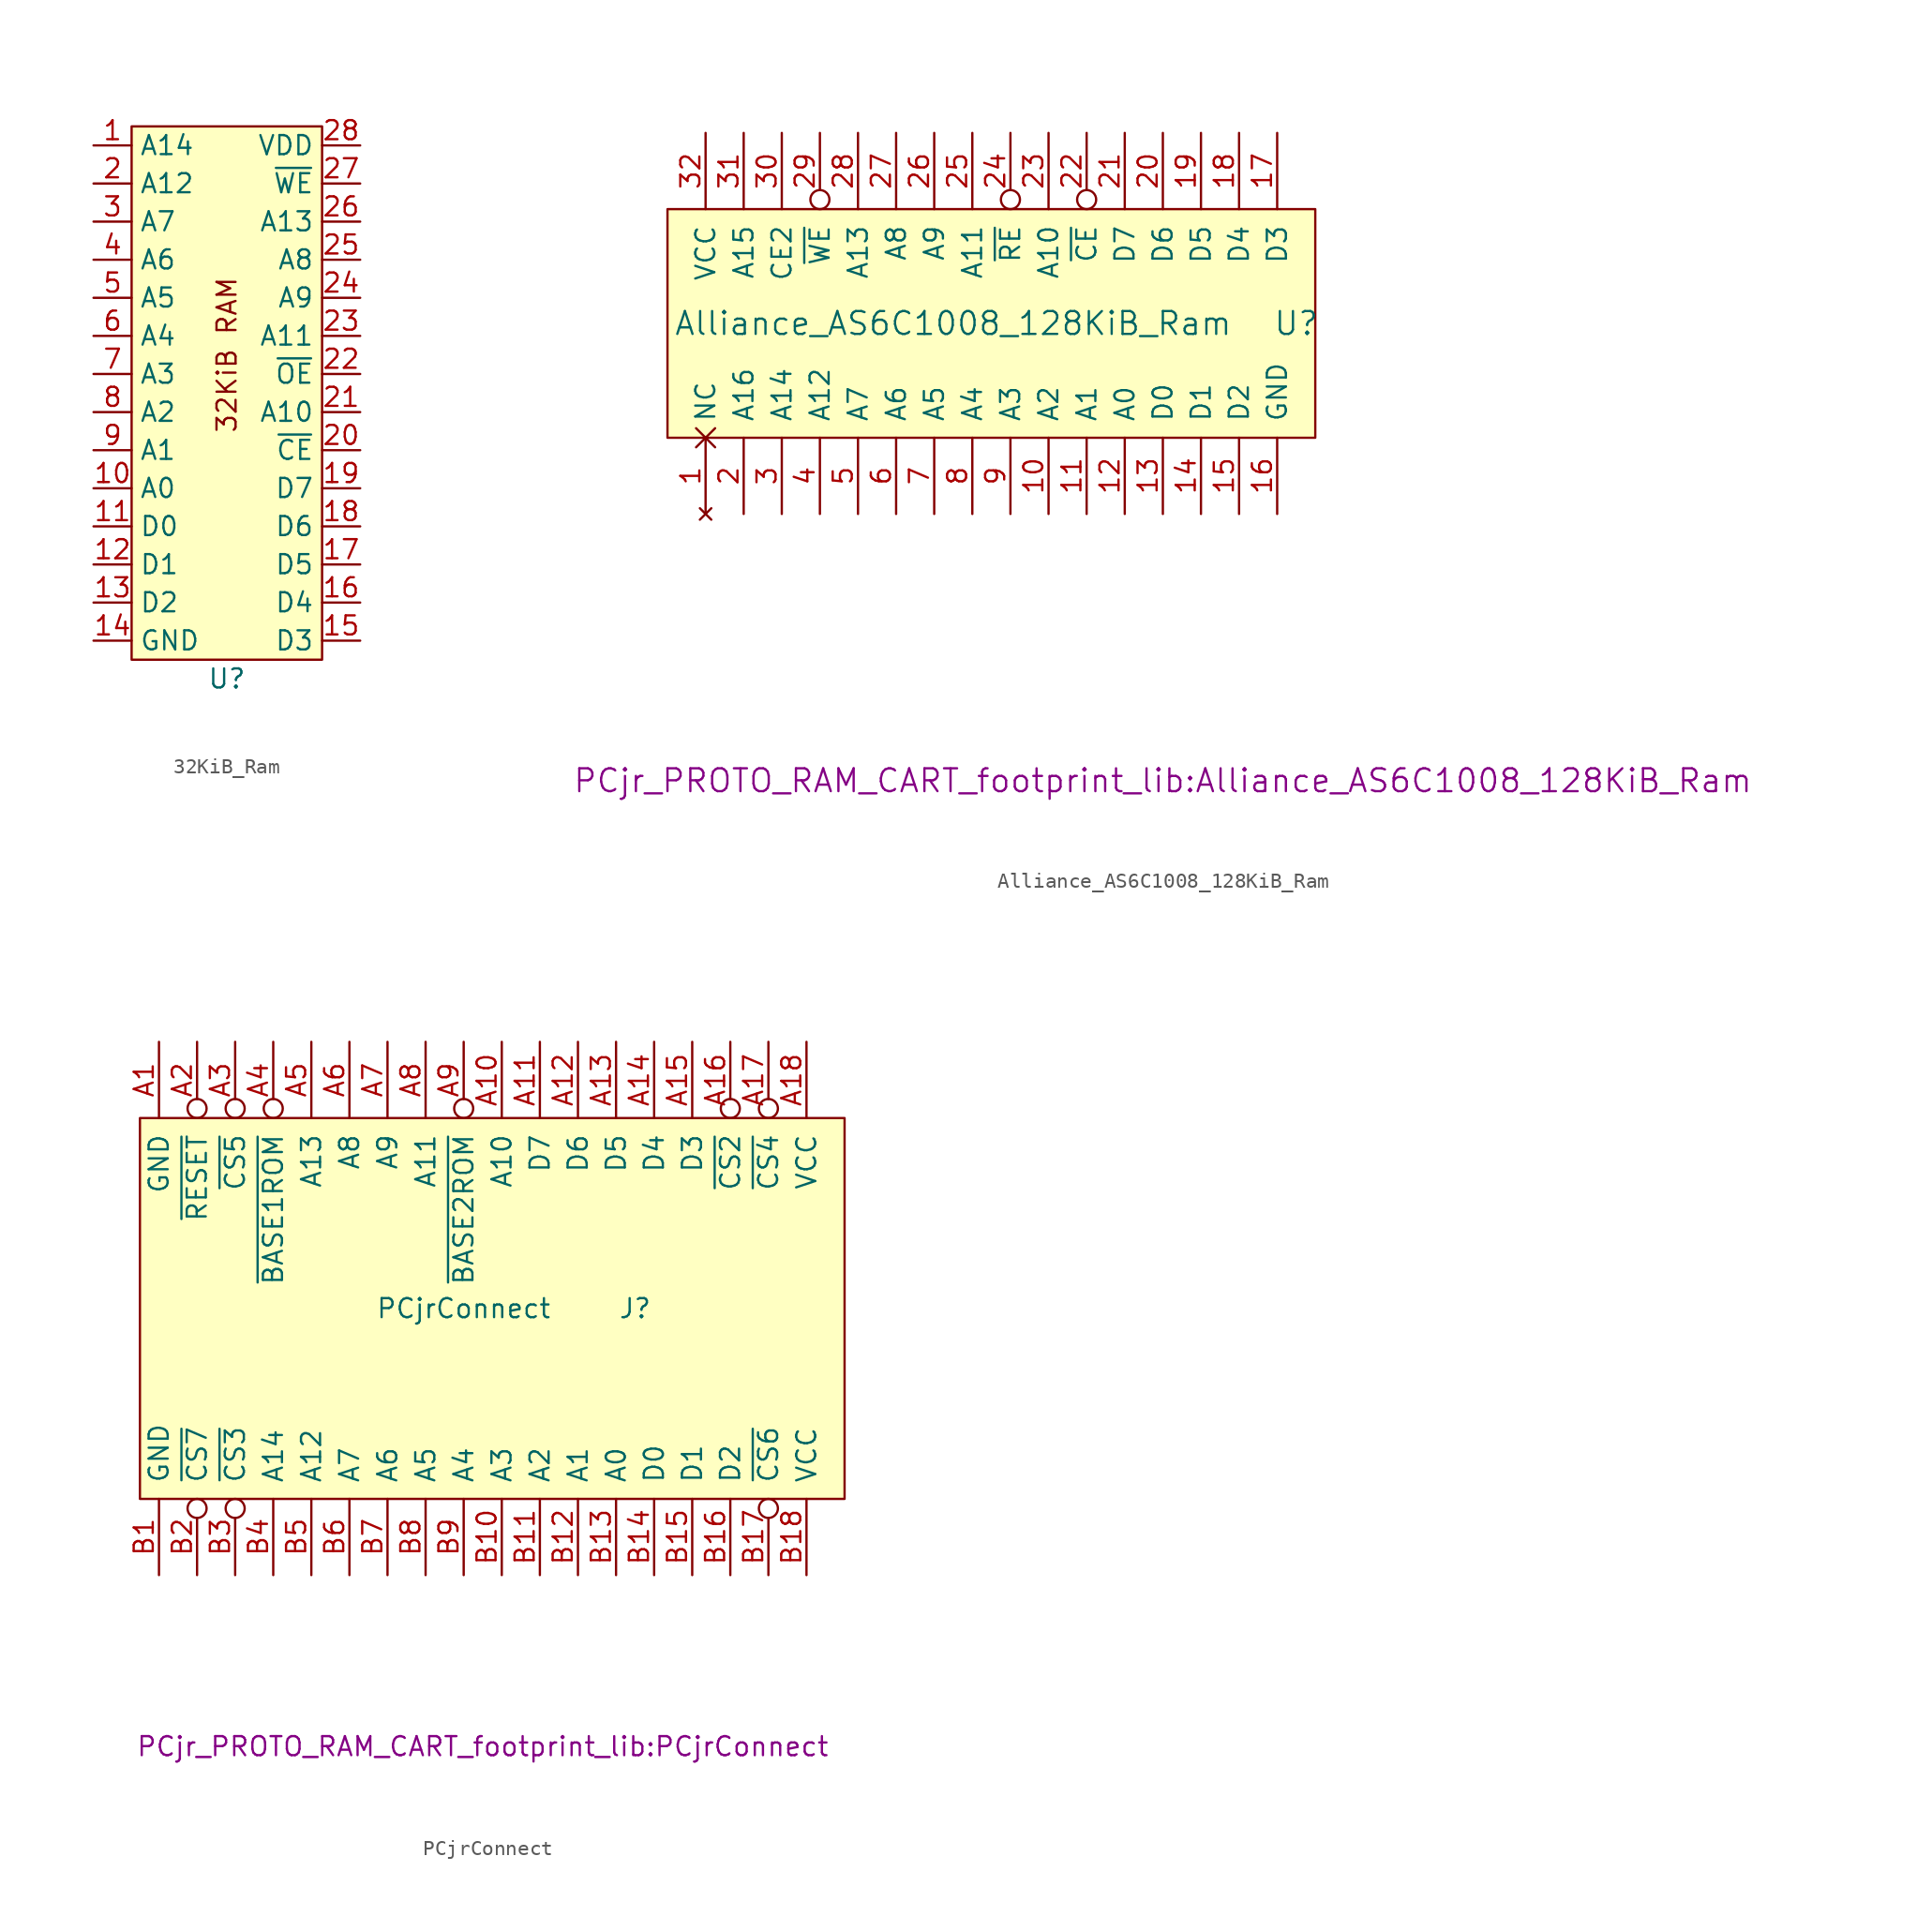
<source format=kicad_sym>
(kicad_symbol_lib
  (version 20220914)
  (generator kicad_symbol_editor)
  (symbol "32KiB_Ram"
    (property "Reference" "U"
      (at 6.35 -1.27 0)
      (effects (font (size 1.27 1.27))))
    (property "Value" ""
      (at 0 0 0)
      (effects (font (size 1.27 1.27))))
    (symbol "32KiB_Ram_1_1"
      (rectangle (start 0 35.56) (end 12.7 0) (stroke (width 0) (type default)) (fill (type background)))
      (text "32KiB RAM" (at 6.35 20.32 900) (effects (font (size 1.27 1.27))))
      (pin input line (at -2.54 34.29 0) (length 2.54) (name "A14" (effects (font (size 1.27 1.27)))) (number "1" (effects (font (size 1.27 1.27)))))
      (pin input line (at -2.54 11.43 0) (length 2.54) (name "A0" (effects (font (size 1.27 1.27)))) (number "10" (effects (font (size 1.27 1.27)))))
      (pin bidirectional line (at -2.54 8.89 0) (length 2.54) (name "D0" (effects (font (size 1.27 1.27)))) (number "11" (effects (font (size 1.27 1.27)))))
      (pin bidirectional line (at -2.54 6.35 0) (length 2.54) (name "D1" (effects (font (size 1.27 1.27)))) (number "12" (effects (font (size 1.27 1.27)))))
      (pin bidirectional line (at -2.54 3.81 0) (length 2.54) (name "D2" (effects (font (size 1.27 1.27)))) (number "13" (effects (font (size 1.27 1.27)))))
      (pin passive line (at -2.54 1.27 0) (length 2.54) (name "GND" (effects (font (size 1.27 1.27)))) (number "14" (effects (font (size 1.27 1.27)))))
      (pin bidirectional line (at 15.24 1.27 180) (length 2.54) (name "D3" (effects (font (size 1.27 1.27)))) (number "15" (effects (font (size 1.27 1.27)))))
      (pin bidirectional line (at 15.24 3.81 180) (length 2.54) (name "D4" (effects (font (size 1.27 1.27)))) (number "16" (effects (font (size 1.27 1.27)))))
      (pin bidirectional line (at 15.24 6.35 180) (length 2.54) (name "D5" (effects (font (size 1.27 1.27)))) (number "17" (effects (font (size 1.27 1.27)))))
      (pin bidirectional line (at 15.24 8.89 180) (length 2.54) (name "D6" (effects (font (size 1.27 1.27)))) (number "18" (effects (font (size 1.27 1.27)))))
      (pin bidirectional line (at 15.24 11.43 180) (length 2.54) (name "D7" (effects (font (size 1.27 1.27)))) (number "19" (effects (font (size 1.27 1.27)))))
      (pin input line (at -2.54 31.75 0) (length 2.54) (name "A12" (effects (font (size 1.27 1.27)))) (number "2" (effects (font (size 1.27 1.27)))))
      (pin passive line (at 15.24 13.97 180) (length 2.54) (name "~{CE}" (effects (font (size 1.27 1.27)))) (number "20" (effects (font (size 1.27 1.27)))))
      (pin passive line (at 15.24 16.51 180) (length 2.54) (name "A10" (effects (font (size 1.27 1.27)))) (number "21" (effects (font (size 1.27 1.27)))))
      (pin passive line (at 15.24 19.05 180) (length 2.54) (name "~{OE}" (effects (font (size 1.27 1.27)))) (number "22" (effects (font (size 1.27 1.27)))))
      (pin passive line (at 15.24 21.59 180) (length 2.54) (name "A11" (effects (font (size 1.27 1.27)))) (number "23" (effects (font (size 1.27 1.27)))))
      (pin passive line (at 15.24 24.13 180) (length 2.54) (name "A9" (effects (font (size 1.27 1.27)))) (number "24" (effects (font (size 1.27 1.27)))))
      (pin passive line (at 15.24 26.67 180) (length 2.54) (name "A8" (effects (font (size 1.27 1.27)))) (number "25" (effects (font (size 1.27 1.27)))))
      (pin passive line (at 15.24 29.21 180) (length 2.54) (name "A13" (effects (font (size 1.27 1.27)))) (number "26" (effects (font (size 1.27 1.27)))))
      (pin input line (at 15.24 31.75 180) (length 2.54) (name "~{WE}" (effects (font (size 1.27 1.27)))) (number "27" (effects (font (size 1.27 1.27)))))
      (pin passive line (at 15.24 34.29 180) (length 2.54) (name "VDD" (effects (font (size 1.27 1.27)))) (number "28" (effects (font (size 1.27 1.27)))))
      (pin input line (at -2.54 29.21 0) (length 2.54) (name "A7" (effects (font (size 1.27 1.27)))) (number "3" (effects (font (size 1.27 1.27)))))
      (pin input line (at -2.54 26.67 0) (length 2.54) (name "A6" (effects (font (size 1.27 1.27)))) (number "4" (effects (font (size 1.27 1.27)))))
      (pin input line (at -2.54 24.13 0) (length 2.54) (name "A5" (effects (font (size 1.27 1.27)))) (number "5" (effects (font (size 1.27 1.27)))))
      (pin input line (at -2.54 21.59 0) (length 2.54) (name "A4" (effects (font (size 1.27 1.27)))) (number "6" (effects (font (size 1.27 1.27)))))
      (pin input line (at -2.54 19.05 0) (length 2.54) (name "A3" (effects (font (size 1.27 1.27)))) (number "7" (effects (font (size 1.27 1.27)))))
      (pin input line (at -2.54 16.51 0) (length 2.54) (name "A2" (effects (font (size 1.27 1.27)))) (number "8" (effects (font (size 1.27 1.27)))))
      (pin input line (at -2.54 13.97 0) (length 2.54) (name "A1" (effects (font (size 1.27 1.27)))) (number "9" (effects (font (size 1.27 1.27)))))))
  (symbol "Alliance_AS6C1008_128KiB_Ram"
    (pin_names
      (offset 1.016))
    (property "Reference" "U"
      (at 39.37 7.62 0)
      (effects (font (size 1.524 1.524))))
    (property "Value" "Alliance_AS6C1008_128KiB_Ram"
      (at 16.51 7.62 0)
      (effects (font (size 1.524 1.524))))
    (property "Footprint" "PCjr_PROTO_RAM_CART_footprint_lib:Alliance_AS6C1008_128KiB_Ram"
      (at 30.48 -22.86 0)
      (effects (font (size 1.524 1.524))))
    (symbol "Alliance_AS6C1008_128KiB_Ram_0_1"
      (rectangle (start -2.54 15.24) (end 40.64 0) (stroke (width 0) (type solid)) (fill (type background))))
    (symbol "Alliance_AS6C1008_128KiB_Ram_1_1"
      (pin no_connect non_logic (at 0 -5.08 90) (length 5.08) (name "NC" (effects (font (size 1.27 1.27)))) (number "1" (effects (font (size 1.27 1.27)))))
      (pin input line (at 22.86 -5.08 90) (length 5.08) (name "A2" (effects (font (size 1.27 1.27)))) (number "10" (effects (font (size 1.27 1.27)))))
      (pin input line (at 25.4 -5.08 90) (length 5.08) (name "A1" (effects (font (size 1.27 1.27)))) (number "11" (effects (font (size 1.27 1.27)))))
      (pin input line (at 27.94 -5.08 90) (length 5.08) (name "A0" (effects (font (size 1.27 1.27)))) (number "12" (effects (font (size 1.27 1.27)))))
      (pin bidirectional line (at 30.48 -5.08 90) (length 5.08) (name "D0" (effects (font (size 1.27 1.27)))) (number "13" (effects (font (size 1.27 1.27)))))
      (pin bidirectional line (at 33.02 -5.08 90) (length 5.08) (name "D1" (effects (font (size 1.27 1.27)))) (number "14" (effects (font (size 1.27 1.27)))))
      (pin bidirectional line (at 35.56 -5.08 90) (length 5.08) (name "D2" (effects (font (size 1.27 1.27)))) (number "15" (effects (font (size 1.27 1.27)))))
      (pin power_in line (at 38.1 -5.08 90) (length 5.08) (name "GND" (effects (font (size 1.27 1.27)))) (number "16" (effects (font (size 1.27 1.27)))))
      (pin bidirectional line (at 38.1 20.32 270) (length 5.08) (name "D3" (effects (font (size 1.27 1.27)))) (number "17" (effects (font (size 1.27 1.27)))))
      (pin bidirectional line (at 35.56 20.32 270) (length 5.08) (name "D4" (effects (font (size 1.27 1.27)))) (number "18" (effects (font (size 1.27 1.27)))))
      (pin bidirectional line (at 33.02 20.32 270) (length 5.08) (name "D5" (effects (font (size 1.27 1.27)))) (number "19" (effects (font (size 1.27 1.27)))))
      (pin input line (at 2.54 -5.08 90) (length 5.08) (name "A16" (effects (font (size 1.27 1.27)))) (number "2" (effects (font (size 1.27 1.27)))))
      (pin bidirectional line (at 30.48 20.32 270) (length 5.08) (name "D6" (effects (font (size 1.27 1.27)))) (number "20" (effects (font (size 1.27 1.27)))))
      (pin bidirectional line (at 27.94 20.32 270) (length 5.08) (name "D7" (effects (font (size 1.27 1.27)))) (number "21" (effects (font (size 1.27 1.27)))))
      (pin input inverted (at 25.4 20.32 270) (length 5.08) (name "~{CE}" (effects (font (size 1.27 1.27)))) (number "22" (effects (font (size 1.27 1.27)))))
      (pin input line (at 22.86 20.32 270) (length 5.08) (name "A10" (effects (font (size 1.27 1.27)))) (number "23" (effects (font (size 1.27 1.27)))))
      (pin input inverted (at 20.32 20.32 270) (length 5.08) (name "~{RE}" (effects (font (size 1.27 1.27)))) (number "24" (effects (font (size 1.27 1.27)))))
      (pin input line (at 17.78 20.32 270) (length 5.08) (name "A11" (effects (font (size 1.27 1.27)))) (number "25" (effects (font (size 1.27 1.27)))))
      (pin input line (at 15.24 20.32 270) (length 5.08) (name "A9" (effects (font (size 1.27 1.27)))) (number "26" (effects (font (size 1.27 1.27)))))
      (pin input line (at 12.7 20.32 270) (length 5.08) (name "A8" (effects (font (size 1.27 1.27)))) (number "27" (effects (font (size 1.27 1.27)))))
      (pin input line (at 10.16 20.32 270) (length 5.08) (name "A13" (effects (font (size 1.27 1.27)))) (number "28" (effects (font (size 1.27 1.27)))))
      (pin input inverted (at 7.62 20.32 270) (length 5.08) (name "~{WE}" (effects (font (size 1.27 1.27)))) (number "29" (effects (font (size 1.27 1.27)))))
      (pin input line (at 5.08 -5.08 90) (length 5.08) (name "A14" (effects (font (size 1.27 1.27)))) (number "3" (effects (font (size 1.27 1.27)))))
      (pin input line (at 5.08 20.32 270) (length 5.08) (name "CE2" (effects (font (size 1.27 1.27)))) (number "30" (effects (font (size 1.27 1.27)))))
      (pin input line (at 2.54 20.32 270) (length 5.08) (name "A15" (effects (font (size 1.27 1.27)))) (number "31" (effects (font (size 1.27 1.27)))))
      (pin power_in line (at 0 20.32 270) (length 5.08) (name "VCC" (effects (font (size 1.27 1.27)))) (number "32" (effects (font (size 1.27 1.27)))))
      (pin input line (at 7.62 -5.08 90) (length 5.08) (name "A12" (effects (font (size 1.27 1.27)))) (number "4" (effects (font (size 1.27 1.27)))))
      (pin input line (at 10.16 -5.08 90) (length 5.08) (name "A7" (effects (font (size 1.27 1.27)))) (number "5" (effects (font (size 1.27 1.27)))))
      (pin input line (at 12.7 -5.08 90) (length 5.08) (name "A6" (effects (font (size 1.27 1.27)))) (number "6" (effects (font (size 1.27 1.27)))))
      (pin input line (at 15.24 -5.08 90) (length 5.08) (name "A5" (effects (font (size 1.27 1.27)))) (number "7" (effects (font (size 1.27 1.27)))))
      (pin input line (at 17.78 -5.08 90) (length 5.08) (name "A4" (effects (font (size 1.27 1.27)))) (number "8" (effects (font (size 1.27 1.27)))))
      (pin input line (at 20.32 -5.08 90) (length 5.08) (name "A3" (effects (font (size 1.27 1.27)))) (number "9" (effects (font (size 1.27 1.27)))))))
  (symbol "PCjrConnect"
    (pin_names
      (offset 1.016))
    (property "Reference" "J"
      (at 33.02 12.7 0)
      (effects (font (size 1.27 1.27))))
    (property "Value" "PCjrConnect"
      (at 21.59 12.7 0)
      (effects (font (size 1.27 1.27))))
    (property "Footprint" "PCjr_PROTO_RAM_CART_footprint_lib:PCjrConnect"
      (at 22.86 -16.51 0)
      (effects (font (size 1.27 1.27))))
    (symbol "PCjrConnect_0_1"
      (rectangle (start 0 25.4) (end 46.99 0) (stroke (width 0) (type solid)) (fill (type background))))
    (symbol "PCjrConnect_1_1"
      (pin passive line (at 1.27 30.48 270) (length 5.08) (name "GND" (effects (font (size 1.27 1.27)))) (number "A1" (effects (font (size 1.27 1.27)))))
      (pin bidirectional line (at 24.13 30.48 270) (length 5.08) (name "A10" (effects (font (size 1.27 1.27)))) (number "A10" (effects (font (size 1.27 1.27)))))
      (pin bidirectional line (at 26.67 30.48 270) (length 5.08) (name "D7" (effects (font (size 1.27 1.27)))) (number "A11" (effects (font (size 1.27 1.27)))))
      (pin bidirectional line (at 29.21 30.48 270) (length 5.08) (name "D6" (effects (font (size 1.27 1.27)))) (number "A12" (effects (font (size 1.27 1.27)))))
      (pin bidirectional line (at 31.75 30.48 270) (length 5.08) (name "D5" (effects (font (size 1.27 1.27)))) (number "A13" (effects (font (size 1.27 1.27)))))
      (pin bidirectional line (at 34.29 30.48 270) (length 5.08) (name "D4" (effects (font (size 1.27 1.27)))) (number "A14" (effects (font (size 1.27 1.27)))))
      (pin bidirectional line (at 36.83 30.48 270) (length 5.08) (name "D3" (effects (font (size 1.27 1.27)))) (number "A15" (effects (font (size 1.27 1.27)))))
      (pin bidirectional inverted (at 39.37 30.48 270) (length 5.08) (name "~{CS2}" (effects (font (size 1.27 1.27)))) (number "A16" (effects (font (size 1.27 1.27)))))
      (pin bidirectional inverted (at 41.91 30.48 270) (length 5.08) (name "~{CS4}" (effects (font (size 1.27 1.27)))) (number "A17" (effects (font (size 1.27 1.27)))))
      (pin passive line (at 44.45 30.48 270) (length 5.08) (name "VCC" (effects (font (size 1.27 1.27)))) (number "A18" (effects (font (size 1.27 1.27)))))
      (pin bidirectional inverted (at 3.81 30.48 270) (length 5.08) (name "~{RESET}" (effects (font (size 1.27 1.27)))) (number "A2" (effects (font (size 1.27 1.27)))))
      (pin bidirectional inverted (at 6.35 30.48 270) (length 5.08) (name "~{CS5}" (effects (font (size 1.27 1.27)))) (number "A3" (effects (font (size 1.27 1.27)))))
      (pin bidirectional inverted (at 8.89 30.48 270) (length 5.08) (name "~{BASE1ROM}" (effects (font (size 1.27 1.27)))) (number "A4" (effects (font (size 1.27 1.27)))))
      (pin bidirectional line (at 11.43 30.48 270) (length 5.08) (name "A13" (effects (font (size 1.27 1.27)))) (number "A5" (effects (font (size 1.27 1.27)))))
      (pin bidirectional line (at 13.97 30.48 270) (length 5.08) (name "A8" (effects (font (size 1.27 1.27)))) (number "A6" (effects (font (size 1.27 1.27)))))
      (pin bidirectional line (at 16.51 30.48 270) (length 5.08) (name "A9" (effects (font (size 1.27 1.27)))) (number "A7" (effects (font (size 1.27 1.27)))))
      (pin bidirectional line (at 19.05 30.48 270) (length 5.08) (name "A11" (effects (font (size 1.27 1.27)))) (number "A8" (effects (font (size 1.27 1.27)))))
      (pin bidirectional inverted (at 21.59 30.48 270) (length 5.08) (name "~{BASE2ROM}" (effects (font (size 1.27 1.27)))) (number "A9" (effects (font (size 1.27 1.27)))))
      (pin passive line (at 1.27 -5.08 90) (length 5.08) (name "GND" (effects (font (size 1.27 1.27)))) (number "B1" (effects (font (size 1.27 1.27)))))
      (pin bidirectional line (at 24.13 -5.08 90) (length 5.08) (name "A3" (effects (font (size 1.27 1.27)))) (number "B10" (effects (font (size 1.27 1.27)))))
      (pin bidirectional line (at 26.67 -5.08 90) (length 5.08) (name "A2" (effects (font (size 1.27 1.27)))) (number "B11" (effects (font (size 1.27 1.27)))))
      (pin bidirectional line (at 29.21 -5.08 90) (length 5.08) (name "A1" (effects (font (size 1.27 1.27)))) (number "B12" (effects (font (size 1.27 1.27)))))
      (pin bidirectional line (at 31.75 -5.08 90) (length 5.08) (name "A0" (effects (font (size 1.27 1.27)))) (number "B13" (effects (font (size 1.27 1.27)))))
      (pin bidirectional line (at 34.29 -5.08 90) (length 5.08) (name "D0" (effects (font (size 1.27 1.27)))) (number "B14" (effects (font (size 1.27 1.27)))))
      (pin bidirectional line (at 36.83 -5.08 90) (length 5.08) (name "D1" (effects (font (size 1.27 1.27)))) (number "B15" (effects (font (size 1.27 1.27)))))
      (pin bidirectional line (at 39.37 -5.08 90) (length 5.08) (name "D2" (effects (font (size 1.27 1.27)))) (number "B16" (effects (font (size 1.27 1.27)))))
      (pin bidirectional inverted (at 41.91 -5.08 90) (length 5.08) (name "~{CS6}" (effects (font (size 1.27 1.27)))) (number "B17" (effects (font (size 1.27 1.27)))))
      (pin passive line (at 44.45 -5.08 90) (length 5.08) (name "VCC" (effects (font (size 1.27 1.27)))) (number "B18" (effects (font (size 1.27 1.27)))))
      (pin bidirectional inverted (at 3.81 -5.08 90) (length 5.08) (name "~{CS7}" (effects (font (size 1.27 1.27)))) (number "B2" (effects (font (size 1.27 1.27)))))
      (pin bidirectional inverted (at 6.35 -5.08 90) (length 5.08) (name "~{CS3}" (effects (font (size 1.27 1.27)))) (number "B3" (effects (font (size 1.27 1.27)))))
      (pin bidirectional line (at 8.89 -5.08 90) (length 5.08) (name "A14" (effects (font (size 1.27 1.27)))) (number "B4" (effects (font (size 1.27 1.27)))))
      (pin bidirectional line (at 11.43 -5.08 90) (length 5.08) (name "A12" (effects (font (size 1.27 1.27)))) (number "B5" (effects (font (size 1.27 1.27)))))
      (pin bidirectional line (at 13.97 -5.08 90) (length 5.08) (name "A7" (effects (font (size 1.27 1.27)))) (number "B6" (effects (font (size 1.27 1.27)))))
      (pin bidirectional line (at 16.51 -5.08 90) (length 5.08) (name "A6" (effects (font (size 1.27 1.27)))) (number "B7" (effects (font (size 1.27 1.27)))))
      (pin bidirectional line (at 19.05 -5.08 90) (length 5.08) (name "A5" (effects (font (size 1.27 1.27)))) (number "B8" (effects (font (size 1.27 1.27)))))
      (pin bidirectional line (at 21.59 -5.08 90) (length 5.08) (name "A4" (effects (font (size 1.27 1.27)))) (number "B9" (effects (font (size 1.27 1.27))))))))
</source>
